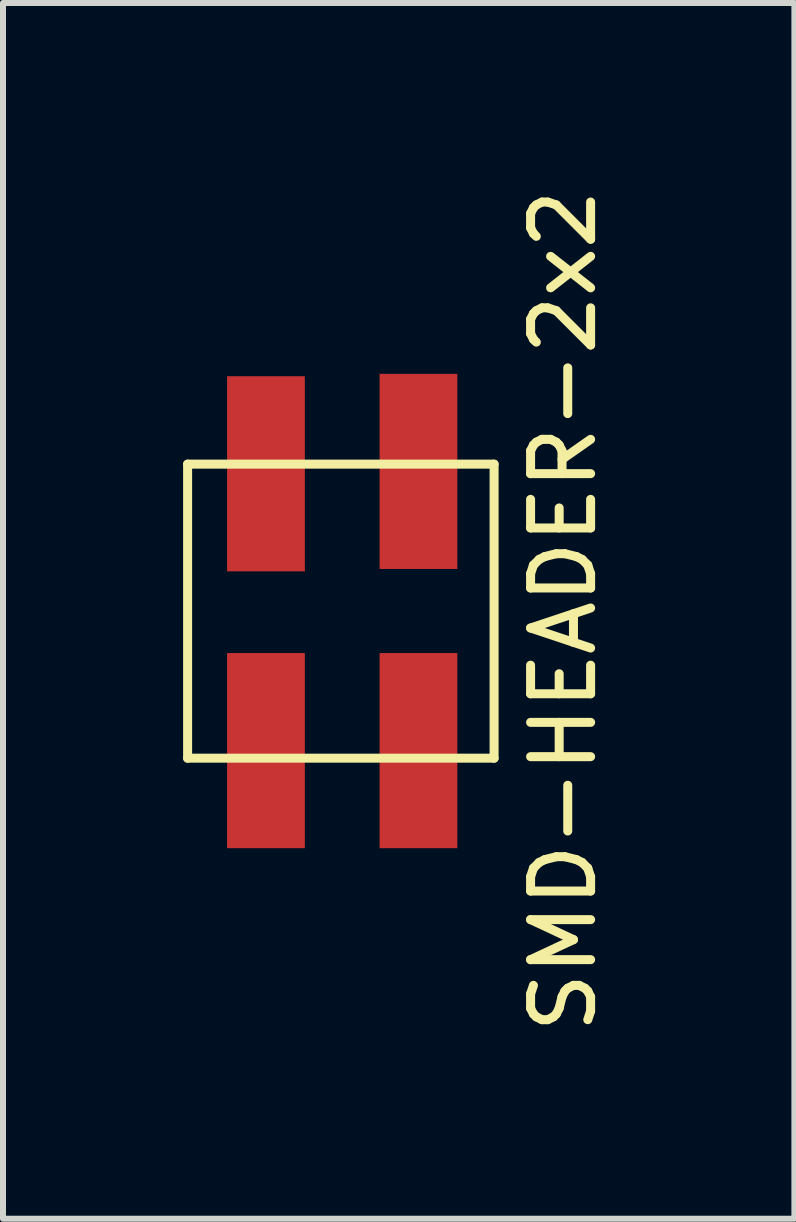
<source format=kicad_pcb>
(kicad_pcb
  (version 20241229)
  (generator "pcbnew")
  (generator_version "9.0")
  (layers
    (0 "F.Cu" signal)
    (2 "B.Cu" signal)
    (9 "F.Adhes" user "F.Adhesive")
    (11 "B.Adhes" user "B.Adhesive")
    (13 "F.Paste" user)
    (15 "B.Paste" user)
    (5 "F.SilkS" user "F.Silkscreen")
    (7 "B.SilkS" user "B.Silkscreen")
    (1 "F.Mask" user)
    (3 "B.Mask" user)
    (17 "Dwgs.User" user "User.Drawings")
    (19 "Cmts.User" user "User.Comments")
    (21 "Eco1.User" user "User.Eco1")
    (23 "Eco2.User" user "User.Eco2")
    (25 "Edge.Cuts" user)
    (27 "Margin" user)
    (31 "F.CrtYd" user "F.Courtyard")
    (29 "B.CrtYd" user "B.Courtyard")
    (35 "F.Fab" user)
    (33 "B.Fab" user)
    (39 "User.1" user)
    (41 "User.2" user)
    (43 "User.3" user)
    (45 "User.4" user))
  (footprint "SMD-HEADER-2x2"
    (layer "F.Cu")
    (at 5.16 7.13)
    (property "Reference" "SMD-HEADER-2x2" (at 1.173 -0.005 90) (layer "F.SilkS") (effects (font (size 1 1) (thickness 0.15))))
    (attr through_hole)
    (fp_line (start -5.085 -2.449) (end 0.02 -2.449) (stroke (width 0.15) (type solid)) (layer "F.SilkS"))
    (fp_line (start -5.085 2.449) (end -5.085 -2.449) (stroke (width 0.15) (type solid)) (layer "F.SilkS"))
    (fp_line (start 0.02 -2.449) (end 0.02 2.449) (stroke (width 0.15) (type solid)) (layer "F.SilkS"))
    (fp_line (start 0.02 2.449) (end -5.085 2.449) (stroke (width 0.15) (type solid)) (layer "F.SilkS"))
    (pad "1" smd rect (at -3.78 2.323) (size 1.295 3.25) (layers "F.Cu" "F.Mask" "F.Paste"))
    (pad "2" smd rect (at -1.24 2.323) (size 1.295 3.25) (layers "F.Cu" "F.Mask" "F.Paste"))
    (pad "3" smd rect (at -3.78 -2.288) (size 1.295 3.25) (layers "F.Cu" "F.Mask" "F.Paste"))
    (pad "4" smd rect (at -1.24 -2.328) (size 1.295 3.25) (layers "F.Cu" "F.Mask" "F.Paste")))
  (gr_rect
    (start -3 -3)
    (end 10.182 17.25)
    (stroke (width 0.1) (type default))
    (fill no)
    (layer "Edge.Cuts")))
</source>
